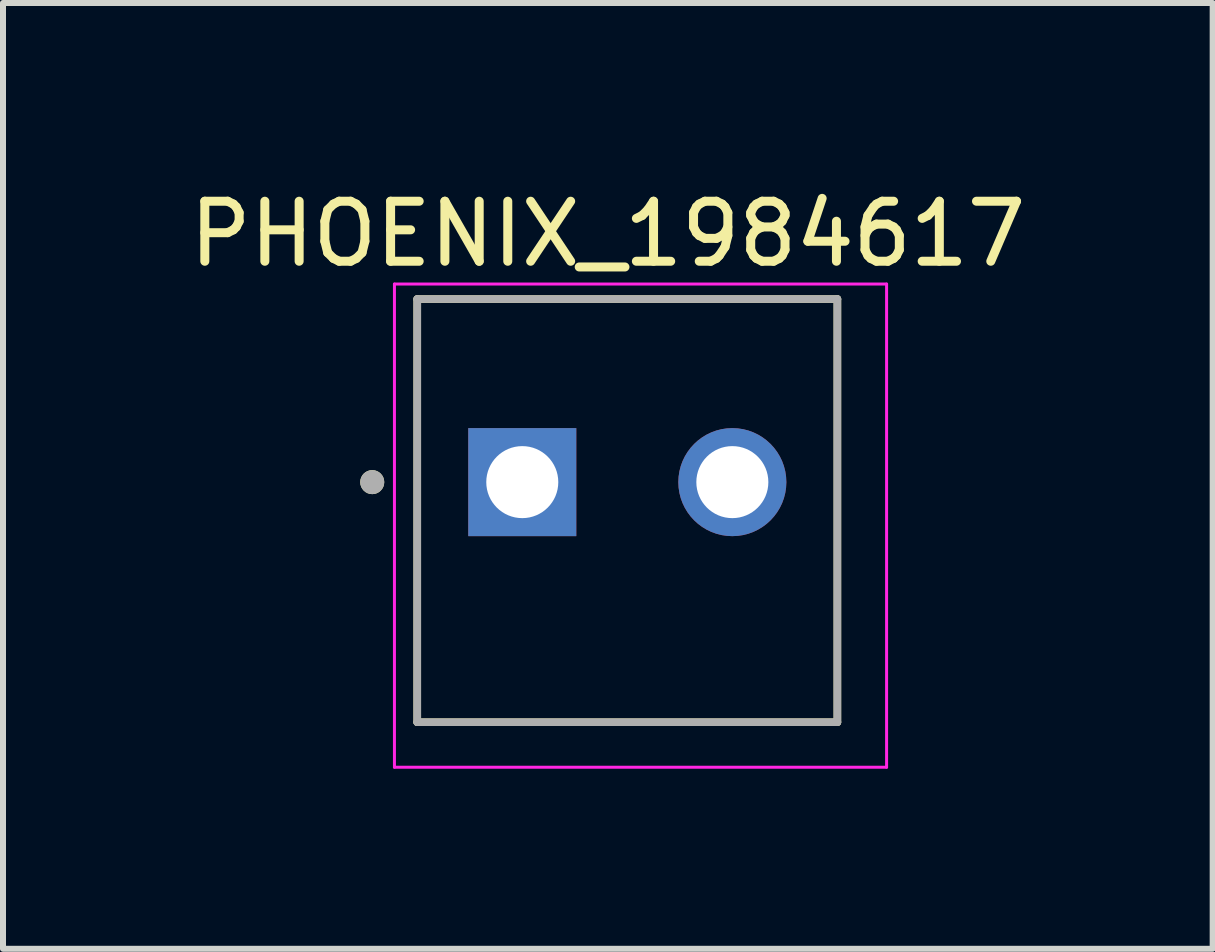
<source format=kicad_pcb>
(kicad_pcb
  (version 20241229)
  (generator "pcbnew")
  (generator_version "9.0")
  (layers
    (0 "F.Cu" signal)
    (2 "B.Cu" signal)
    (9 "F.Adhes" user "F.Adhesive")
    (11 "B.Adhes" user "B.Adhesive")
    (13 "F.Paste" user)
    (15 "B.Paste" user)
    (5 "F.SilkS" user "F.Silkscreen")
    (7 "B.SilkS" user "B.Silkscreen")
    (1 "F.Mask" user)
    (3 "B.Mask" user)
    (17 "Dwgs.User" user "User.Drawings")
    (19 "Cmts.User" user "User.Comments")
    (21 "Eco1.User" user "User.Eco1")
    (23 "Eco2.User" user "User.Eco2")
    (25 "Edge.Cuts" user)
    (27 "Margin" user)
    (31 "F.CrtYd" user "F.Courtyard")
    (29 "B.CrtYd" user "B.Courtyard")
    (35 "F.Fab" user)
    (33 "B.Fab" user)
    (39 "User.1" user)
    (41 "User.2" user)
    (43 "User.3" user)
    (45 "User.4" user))
  (footprint "PHOENIX_1984617"
    (layer "F.Cu")
    (at 3.902 8.983)
    (property "Reference" "PHOENIX_1984617" (at 3.175 -8.135 0) (layer "F.SilkS") (effects (font (size 1 1) (thickness 0.15))))
    (attr through_hole)
    (fp_line (start 0 -7.05) (end 0 0) (stroke (width 0.127) (type solid)) (layer "F.SilkS"))
    (fp_line (start 0 -7.05) (end 7 -7.05) (stroke (width 0.127) (type solid)) (layer "F.SilkS"))
    (fp_line (start 0 0) (end 7 0) (stroke (width 0.127) (type solid)) (layer "F.SilkS"))
    (fp_line (start 7 -7.05) (end 7 0) (stroke (width 0.127) (type solid)) (layer "F.SilkS"))
    (fp_circle (center -0.75 -4) (end -0.65 -4) (stroke (width 0.2) (type solid)) (fill no) (layer "F.SilkS"))
    (fp_line (start -0.38 -7.3) (end -0.38 0.75) (stroke (width 0.05) (type solid)) (layer "F.CrtYd"))
    (fp_line (start -0.38 0.75) (end 7.82 0.75) (stroke (width 0.05) (type solid)) (layer "F.CrtYd"))
    (fp_line (start 7.82 -7.3) (end -0.38 -7.3) (stroke (width 0.05) (type solid)) (layer "F.CrtYd"))
    (fp_line (start 7.82 0.75) (end 7.82 -7.3) (stroke (width 0.05) (type solid)) (layer "F.CrtYd"))
    (fp_line (start 0 -7.05) (end 0 0) (stroke (width 0.127) (type solid)) (layer "F.Fab"))
    (fp_line (start 0 -7.05) (end 7 -7.05) (stroke (width 0.127) (type solid)) (layer "F.Fab"))
    (fp_line (start 0 0) (end 7 0) (stroke (width 0.127) (type solid)) (layer "F.Fab"))
    (fp_line (start 7 -7.05) (end 7 0) (stroke (width 0.127) (type solid)) (layer "F.Fab"))
    (fp_circle (center -0.75 -4) (end -0.65 -4) (stroke (width 0.2) (type solid)) (fill no) (layer "F.Fab"))
    (pad "1" thru_hole rect (at 1.75 -4) (size 1.8 1.8) (drill 1.2) (layers "*.Cu" "*.Mask"))
    (pad "2" thru_hole circle (at 5.25 -4) (size 1.8 1.8) (drill 1.2) (layers "*.Cu" "*.Mask")))
  (gr_rect
    (start -3 -3)
    (end 17.155 12.758)
    (stroke (width 0.1) (type default))
    (fill no)
    (layer "Edge.Cuts")))
</source>
